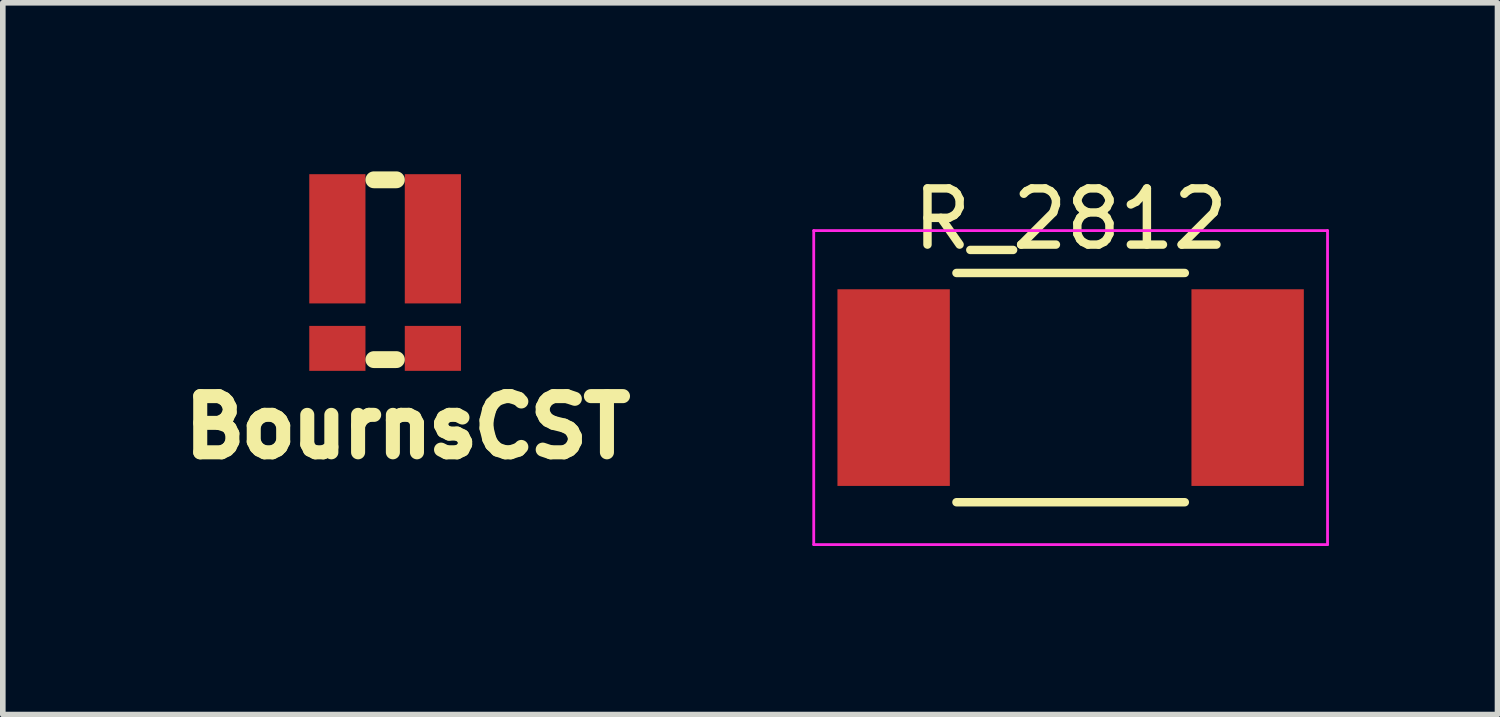
<source format=kicad_pcb>
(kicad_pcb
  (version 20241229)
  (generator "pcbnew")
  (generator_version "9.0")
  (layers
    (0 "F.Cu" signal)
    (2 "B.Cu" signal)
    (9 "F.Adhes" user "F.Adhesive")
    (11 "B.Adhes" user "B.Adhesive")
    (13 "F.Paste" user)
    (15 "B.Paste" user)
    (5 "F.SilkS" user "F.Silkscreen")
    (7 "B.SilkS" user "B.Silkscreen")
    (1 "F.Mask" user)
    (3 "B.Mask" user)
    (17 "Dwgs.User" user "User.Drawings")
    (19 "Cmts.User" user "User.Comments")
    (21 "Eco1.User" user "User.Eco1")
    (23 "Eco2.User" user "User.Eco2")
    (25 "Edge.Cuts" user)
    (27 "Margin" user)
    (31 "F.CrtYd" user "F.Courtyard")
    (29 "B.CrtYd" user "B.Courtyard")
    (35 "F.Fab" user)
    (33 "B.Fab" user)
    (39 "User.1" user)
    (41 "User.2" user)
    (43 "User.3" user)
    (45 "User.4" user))
  (footprint "R_2812"
    (layer "F.Cu")
    (at 16.004 3.848)
    (property "Reference" "R_2812" (at 0 -3 0) (layer "F.SilkS") (effects (font (size 1 1) (thickness 0.15))))
    (attr smd)
    (fp_line (start -2.032 -2.04) (end 2.032 -2.04) (stroke (width 0.15) (type solid)) (layer "F.SilkS"))
    (fp_line (start -2.032 2.04) (end 2.032 2.04) (stroke (width 0.15) (type solid)) (layer "F.SilkS"))
    (fp_line (start -4.572 -2.794) (end 4.572 -2.794) (stroke (width 0.05) (type solid)) (layer "F.CrtYd"))
    (fp_line (start -4.572 2.794) (end -4.572 -2.794) (stroke (width 0.05) (type solid)) (layer "F.CrtYd"))
    (fp_line (start 4.572 -2.794) (end 4.572 2.794) (stroke (width 0.05) (type solid)) (layer "F.CrtYd"))
    (fp_line (start 4.572 2.794) (end -4.572 2.794) (stroke (width 0.05) (type solid)) (layer "F.CrtYd"))
    (pad "1" smd rect (at -3.15 0) (size 2 3.5) (layers "F.Cu" "F.Mask" "F.Paste"))
    (pad "2" smd rect (at 3.15 0) (size 2 3.5) (layers "F.Cu" "F.Mask" "F.Paste")))
  (footprint "BournsCST"
    (layer "F.Cu")
    (at 3.804 2.35)
    (property "Reference" "BournsCST" (at 0.4 2.2 0) (layer "F.SilkS") (effects (font (size 1 1) (thickness 0.3))))
    (attr through_hole)
    (fp_line (start -0.2 -2.2) (end 0.2 -2.2) (stroke (width 0.3) (type solid)) (layer "F.SilkS"))
    (fp_line (start -0.2 1) (end 0.2 1) (stroke (width 0.3) (type solid)) (layer "F.SilkS"))
    (pad "1" smd rect (at -0.85 -1.15) (size 1 2.3) (layers "F.Cu" "F.Mask" "F.Paste"))
    (pad "2" smd rect (at 0.85 -1.15) (size 1 2.3) (layers "F.Cu" "F.Mask" "F.Paste"))
    (pad "3" smd rect (at -0.85 0.8) (size 1 0.8) (layers "F.Cu" "F.Mask" "F.Paste"))
    (pad "4" smd rect (at 0.85 0.8) (size 1 0.8) (layers "F.Cu" "F.Mask" "F.Paste")))
  (gr_rect
    (start -3 -3)
    (end 23.601 9.667)
    (stroke (width 0.1) (type default))
    (fill no)
    (layer "Edge.Cuts")))
</source>
